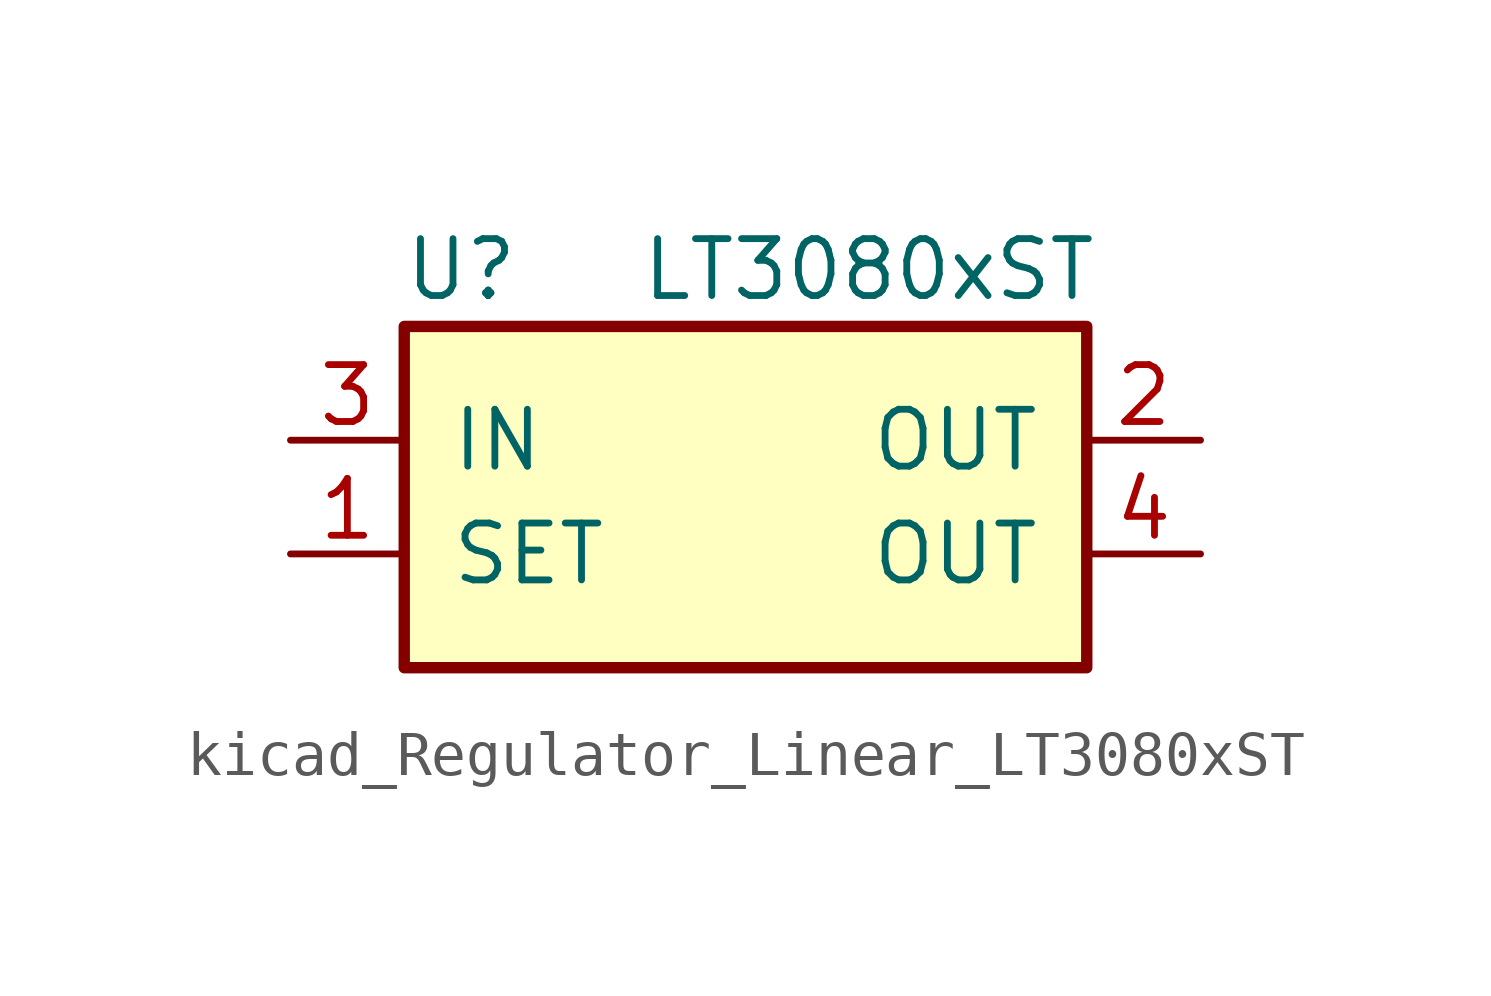
<source format=kicad_sym>
(kicad_symbol_lib
  (version 20220914)
  (generator kicad_symbol_editor)
  (symbol "kicad_Regulator_Linear_LT3080xST"
    (pin_names
      (offset 1.016))
    (property "Reference" "U"
      (at -6.35 3.81 0)
      (effects (font (size 1.27 1.27))))
    (property "Value" "LT3080xST"
      (at 7.874 3.81 0)
      (effects (font (size 1.27 1.27)) (justify right)))
    (symbol "kicad_Regulator_Linear_LT3080xST_0_1"
      (rectangle (start -7.62 2.54) (end 7.62 -5.08) (stroke (width 0.254) (type default)) (fill (type background))))
    (symbol "kicad_Regulator_Linear_LT3080xST_1_1"
      (pin input line (at -10.16 -2.54 0) (length 2.54) (name "SET" (effects (font (size 1.27 1.27)))) (number "1" (effects (font (size 1.27 1.27)))))
      (pin power_out line (at 10.16 0 180) (length 2.54) (name "OUT" (effects (font (size 1.27 1.27)))) (number "2" (effects (font (size 1.27 1.27)))))
      (pin power_in line (at -10.16 0 0) (length 2.54) (name "IN" (effects (font (size 1.27 1.27)))) (number "3" (effects (font (size 1.27 1.27)))))
      (pin power_out line (at 10.16 -2.54 180) (length 2.54) (name "OUT" (effects (font (size 1.27 1.27)))) (number "4" (effects (font (size 1.27 1.27))))))))
</source>
